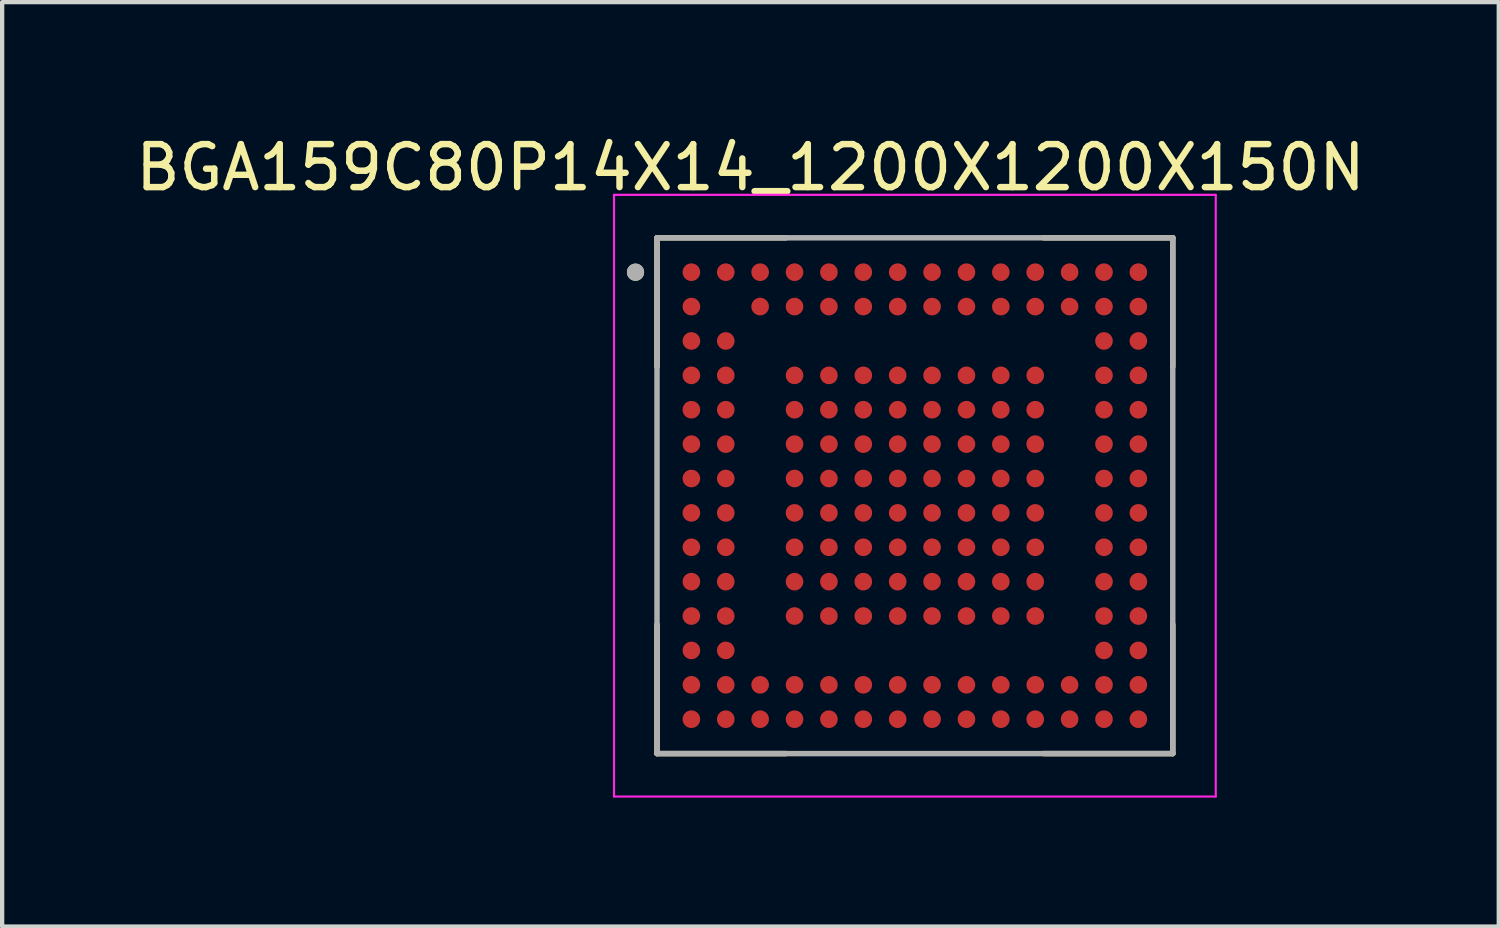
<source format=kicad_pcb>
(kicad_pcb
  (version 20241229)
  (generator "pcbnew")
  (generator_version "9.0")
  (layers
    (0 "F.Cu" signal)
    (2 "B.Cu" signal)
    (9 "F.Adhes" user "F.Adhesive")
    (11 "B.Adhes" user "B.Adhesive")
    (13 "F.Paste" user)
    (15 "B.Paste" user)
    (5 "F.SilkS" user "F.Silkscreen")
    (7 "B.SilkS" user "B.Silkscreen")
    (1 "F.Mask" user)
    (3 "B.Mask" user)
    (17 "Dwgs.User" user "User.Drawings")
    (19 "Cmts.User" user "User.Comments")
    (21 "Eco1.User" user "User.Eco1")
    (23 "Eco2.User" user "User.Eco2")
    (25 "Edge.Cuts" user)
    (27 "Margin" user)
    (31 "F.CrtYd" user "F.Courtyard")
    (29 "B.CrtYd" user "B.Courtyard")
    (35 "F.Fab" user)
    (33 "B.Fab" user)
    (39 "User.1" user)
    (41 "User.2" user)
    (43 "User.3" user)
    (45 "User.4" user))
  (footprint "BGA159C80P14X14_1200X1200X150N"
    (layer "F.Cu")
    (at 18.236 8.483)
    (property "Reference" "BGA159C80P14X14_1200X1200X150N" (at -3.825 -7.635 0) (layer "F.SilkS") (effects (font (size 1 1) (thickness 0.15))))
    (attr smd)
    (fp_line (start -6 -6) (end -6 -3) (stroke (width 0.127) (type solid)) (layer "F.SilkS"))
    (fp_line (start -6 -6) (end -3 -6) (stroke (width 0.127) (type solid)) (layer "F.SilkS"))
    (fp_line (start -6 6) (end -6 3) (stroke (width 0.127) (type solid)) (layer "F.SilkS"))
    (fp_line (start -6 6) (end -3 6) (stroke (width 0.127) (type solid)) (layer "F.SilkS"))
    (fp_line (start 6 -6) (end 3 -6) (stroke (width 0.127) (type solid)) (layer "F.SilkS"))
    (fp_line (start 6 -6) (end 6 -3) (stroke (width 0.127) (type solid)) (layer "F.SilkS"))
    (fp_line (start 6 6) (end 3 6) (stroke (width 0.127) (type solid)) (layer "F.SilkS"))
    (fp_line (start 6 6) (end 6 3) (stroke (width 0.127) (type solid)) (layer "F.SilkS"))
    (fp_circle (center -6.5 -5.2) (end -6.4 -5.2) (stroke (width 0.2) (type solid)) (fill no) (layer "F.SilkS"))
    (fp_line (start -7 -7) (end 7 -7) (stroke (width 0.05) (type solid)) (layer "F.CrtYd"))
    (fp_line (start -7 7) (end -7 -7) (stroke (width 0.05) (type solid)) (layer "F.CrtYd"))
    (fp_line (start -7 7) (end 7 7) (stroke (width 0.05) (type solid)) (layer "F.CrtYd"))
    (fp_line (start 7 7) (end 7 -7) (stroke (width 0.05) (type solid)) (layer "F.CrtYd"))
    (fp_line (start -6 6) (end -6 -6) (stroke (width 0.127) (type solid)) (layer "F.Fab"))
    (fp_line (start 6 -6) (end -6 -6) (stroke (width 0.127) (type solid)) (layer "F.Fab"))
    (fp_line (start 6 6) (end -6 6) (stroke (width 0.127) (type solid)) (layer "F.Fab"))
    (fp_line (start 6 6) (end 6 -6) (stroke (width 0.127) (type solid)) (layer "F.Fab"))
    (fp_circle (center -6.5 -5.2) (end -6.4 -5.2) (stroke (width 0.2) (type solid)) (fill no) (layer "F.Fab"))
    (pad "A1" smd circle (at -5.2 -5.2) (size 0.41 0.41) (layers "F.Cu" "F.Mask" "F.Paste"))
    (pad "A2" smd circle (at -4.4 -5.2) (size 0.41 0.41) (layers "F.Cu" "F.Mask" "F.Paste"))
    (pad "A3" smd circle (at -3.6 -5.2) (size 0.41 0.41) (layers "F.Cu" "F.Mask" "F.Paste"))
    (pad "A4" smd circle (at -2.8 -5.2) (size 0.41 0.41) (layers "F.Cu" "F.Mask" "F.Paste"))
    (pad "A5" smd circle (at -2 -5.2) (size 0.41 0.41) (layers "F.Cu" "F.Mask" "F.Paste"))
    (pad "A6" smd circle (at -1.2 -5.2) (size 0.41 0.41) (layers "F.Cu" "F.Mask" "F.Paste"))
    (pad "A7" smd circle (at -0.4 -5.2) (size 0.41 0.41) (layers "F.Cu" "F.Mask" "F.Paste"))
    (pad "A8" smd circle (at 0.4 -5.2) (size 0.41 0.41) (layers "F.Cu" "F.Mask" "F.Paste"))
    (pad "A9" smd circle (at 1.2 -5.2) (size 0.41 0.41) (layers "F.Cu" "F.Mask" "F.Paste"))
    (pad "A10" smd circle (at 2 -5.2) (size 0.41 0.41) (layers "F.Cu" "F.Mask" "F.Paste"))
    (pad "A11" smd circle (at 2.8 -5.2) (size 0.41 0.41) (layers "F.Cu" "F.Mask" "F.Paste"))
    (pad "A12" smd circle (at 3.6 -5.2) (size 0.41 0.41) (layers "F.Cu" "F.Mask" "F.Paste"))
    (pad "A13" smd circle (at 4.4 -5.2) (size 0.41 0.41) (layers "F.Cu" "F.Mask" "F.Paste"))
    (pad "A14" smd circle (at 5.2 -5.2) (size 0.41 0.41) (layers "F.Cu" "F.Mask" "F.Paste"))
    (pad "B1" smd circle (at -5.2 -4.4) (size 0.41 0.41) (layers "F.Cu" "F.Mask" "F.Paste"))
    (pad "B3" smd circle (at -3.6 -4.4) (size 0.41 0.41) (layers "F.Cu" "F.Mask" "F.Paste"))
    (pad "B4" smd circle (at -2.8 -4.4) (size 0.41 0.41) (layers "F.Cu" "F.Mask" "F.Paste"))
    (pad "B5" smd circle (at -2 -4.4) (size 0.41 0.41) (layers "F.Cu" "F.Mask" "F.Paste"))
    (pad "B6" smd circle (at -1.2 -4.4) (size 0.41 0.41) (layers "F.Cu" "F.Mask" "F.Paste"))
    (pad "B7" smd circle (at -0.4 -4.4) (size 0.41 0.41) (layers "F.Cu" "F.Mask" "F.Paste"))
    (pad "B8" smd circle (at 0.4 -4.4) (size 0.41 0.41) (layers "F.Cu" "F.Mask" "F.Paste"))
    (pad "B9" smd circle (at 1.2 -4.4) (size 0.41 0.41) (layers "F.Cu" "F.Mask" "F.Paste"))
    (pad "B10" smd circle (at 2 -4.4) (size 0.41 0.41) (layers "F.Cu" "F.Mask" "F.Paste"))
    (pad "B11" smd circle (at 2.8 -4.4) (size 0.41 0.41) (layers "F.Cu" "F.Mask" "F.Paste"))
    (pad "B12" smd circle (at 3.6 -4.4) (size 0.41 0.41) (layers "F.Cu" "F.Mask" "F.Paste"))
    (pad "B13" smd circle (at 4.4 -4.4) (size 0.41 0.41) (layers "F.Cu" "F.Mask" "F.Paste"))
    (pad "B14" smd circle (at 5.2 -4.4) (size 0.41 0.41) (layers "F.Cu" "F.Mask" "F.Paste"))
    (pad "C1" smd circle (at -5.2 -3.6) (size 0.41 0.41) (layers "F.Cu" "F.Mask" "F.Paste"))
    (pad "C2" smd circle (at -4.4 -3.6) (size 0.41 0.41) (layers "F.Cu" "F.Mask" "F.Paste"))
    (pad "C13" smd circle (at 4.4 -3.6) (size 0.41 0.41) (layers "F.Cu" "F.Mask" "F.Paste"))
    (pad "C14" smd circle (at 5.2 -3.6) (size 0.41 0.41) (layers "F.Cu" "F.Mask" "F.Paste"))
    (pad "D1" smd circle (at -5.2 -2.8) (size 0.41 0.41) (layers "F.Cu" "F.Mask" "F.Paste"))
    (pad "D2" smd circle (at -4.4 -2.8) (size 0.41 0.41) (layers "F.Cu" "F.Mask" "F.Paste"))
    (pad "D4" smd circle (at -2.8 -2.8) (size 0.41 0.41) (layers "F.Cu" "F.Mask" "F.Paste"))
    (pad "D5" smd circle (at -2 -2.8) (size 0.41 0.41) (layers "F.Cu" "F.Mask" "F.Paste"))
    (pad "D6" smd circle (at -1.2 -2.8) (size 0.41 0.41) (layers "F.Cu" "F.Mask" "F.Paste"))
    (pad "D7" smd circle (at -0.4 -2.8) (size 0.41 0.41) (layers "F.Cu" "F.Mask" "F.Paste"))
    (pad "D8" smd circle (at 0.4 -2.8) (size 0.41 0.41) (layers "F.Cu" "F.Mask" "F.Paste"))
    (pad "D9" smd circle (at 1.2 -2.8) (size 0.41 0.41) (layers "F.Cu" "F.Mask" "F.Paste"))
    (pad "D10" smd circle (at 2 -2.8) (size 0.41 0.41) (layers "F.Cu" "F.Mask" "F.Paste"))
    (pad "D11" smd circle (at 2.8 -2.8) (size 0.41 0.41) (layers "F.Cu" "F.Mask" "F.Paste"))
    (pad "D13" smd circle (at 4.4 -2.8) (size 0.41 0.41) (layers "F.Cu" "F.Mask" "F.Paste"))
    (pad "D14" smd circle (at 5.2 -2.8) (size 0.41 0.41) (layers "F.Cu" "F.Mask" "F.Paste"))
    (pad "E1" smd circle (at -5.2 -2) (size 0.41 0.41) (layers "F.Cu" "F.Mask" "F.Paste"))
    (pad "E2" smd circle (at -4.4 -2) (size 0.41 0.41) (layers "F.Cu" "F.Mask" "F.Paste"))
    (pad "E4" smd circle (at -2.8 -2) (size 0.41 0.41) (layers "F.Cu" "F.Mask" "F.Paste"))
    (pad "E5" smd circle (at -2 -2) (size 0.41 0.41) (layers "F.Cu" "F.Mask" "F.Paste"))
    (pad "E6" smd circle (at -1.2 -2) (size 0.41 0.41) (layers "F.Cu" "F.Mask" "F.Paste"))
    (pad "E7" smd circle (at -0.4 -2) (size 0.41 0.41) (layers "F.Cu" "F.Mask" "F.Paste"))
    (pad "E8" smd circle (at 0.4 -2) (size 0.41 0.41) (layers "F.Cu" "F.Mask" "F.Paste"))
    (pad "E9" smd circle (at 1.2 -2) (size 0.41 0.41) (layers "F.Cu" "F.Mask" "F.Paste"))
    (pad "E10" smd circle (at 2 -2) (size 0.41 0.41) (layers "F.Cu" "F.Mask" "F.Paste"))
    (pad "E11" smd circle (at 2.8 -2) (size 0.41 0.41) (layers "F.Cu" "F.Mask" "F.Paste"))
    (pad "E13" smd circle (at 4.4 -2) (size 0.41 0.41) (layers "F.Cu" "F.Mask" "F.Paste"))
    (pad "E14" smd circle (at 5.2 -2) (size 0.41 0.41) (layers "F.Cu" "F.Mask" "F.Paste"))
    (pad "F1" smd circle (at -5.2 -1.2) (size 0.41 0.41) (layers "F.Cu" "F.Mask" "F.Paste"))
    (pad "F2" smd circle (at -4.4 -1.2) (size 0.41 0.41) (layers "F.Cu" "F.Mask" "F.Paste"))
    (pad "F4" smd circle (at -2.8 -1.2) (size 0.41 0.41) (layers "F.Cu" "F.Mask" "F.Paste"))
    (pad "F5" smd circle (at -2 -1.2) (size 0.41 0.41) (layers "F.Cu" "F.Mask" "F.Paste"))
    (pad "F6" smd circle (at -1.2 -1.2) (size 0.41 0.41) (layers "F.Cu" "F.Mask" "F.Paste"))
    (pad "F7" smd circle (at -0.4 -1.2) (size 0.41 0.41) (layers "F.Cu" "F.Mask" "F.Paste"))
    (pad "F8" smd circle (at 0.4 -1.2) (size 0.41 0.41) (layers "F.Cu" "F.Mask" "F.Paste"))
    (pad "F9" smd circle (at 1.2 -1.2) (size 0.41 0.41) (layers "F.Cu" "F.Mask" "F.Paste"))
    (pad "F10" smd circle (at 2 -1.2) (size 0.41 0.41) (layers "F.Cu" "F.Mask" "F.Paste"))
    (pad "F11" smd circle (at 2.8 -1.2) (size 0.41 0.41) (layers "F.Cu" "F.Mask" "F.Paste"))
    (pad "F13" smd circle (at 4.4 -1.2) (size 0.41 0.41) (layers "F.Cu" "F.Mask" "F.Paste"))
    (pad "F14" smd circle (at 5.2 -1.2) (size 0.41 0.41) (layers "F.Cu" "F.Mask" "F.Paste"))
    (pad "G1" smd circle (at -5.2 -0.4) (size 0.41 0.41) (layers "F.Cu" "F.Mask" "F.Paste"))
    (pad "G2" smd circle (at -4.4 -0.4) (size 0.41 0.41) (layers "F.Cu" "F.Mask" "F.Paste"))
    (pad "G4" smd circle (at -2.8 -0.4) (size 0.41 0.41) (layers "F.Cu" "F.Mask" "F.Paste"))
    (pad "G5" smd circle (at -2 -0.4) (size 0.41 0.41) (layers "F.Cu" "F.Mask" "F.Paste"))
    (pad "G6" smd circle (at -1.2 -0.4) (size 0.41 0.41) (layers "F.Cu" "F.Mask" "F.Paste"))
    (pad "G7" smd circle (at -0.4 -0.4) (size 0.41 0.41) (layers "F.Cu" "F.Mask" "F.Paste"))
    (pad "G8" smd circle (at 0.4 -0.4) (size 0.41 0.41) (layers "F.Cu" "F.Mask" "F.Paste"))
    (pad "G9" smd circle (at 1.2 -0.4) (size 0.41 0.41) (layers "F.Cu" "F.Mask" "F.Paste"))
    (pad "G10" smd circle (at 2 -0.4) (size 0.41 0.41) (layers "F.Cu" "F.Mask" "F.Paste"))
    (pad "G11" smd circle (at 2.8 -0.4) (size 0.41 0.41) (layers "F.Cu" "F.Mask" "F.Paste"))
    (pad "G13" smd circle (at 4.4 -0.4) (size 0.41 0.41) (layers "F.Cu" "F.Mask" "F.Paste"))
    (pad "G14" smd circle (at 5.2 -0.4) (size 0.41 0.41) (layers "F.Cu" "F.Mask" "F.Paste"))
    (pad "H1" smd circle (at -5.2 0.4) (size 0.41 0.41) (layers "F.Cu" "F.Mask" "F.Paste"))
    (pad "H2" smd circle (at -4.4 0.4) (size 0.41 0.41) (layers "F.Cu" "F.Mask" "F.Paste"))
    (pad "H4" smd circle (at -2.8 0.4) (size 0.41 0.41) (layers "F.Cu" "F.Mask" "F.Paste"))
    (pad "H5" smd circle (at -2 0.4) (size 0.41 0.41) (layers "F.Cu" "F.Mask" "F.Paste"))
    (pad "H6" smd circle (at -1.2 0.4) (size 0.41 0.41) (layers "F.Cu" "F.Mask" "F.Paste"))
    (pad "H7" smd circle (at -0.4 0.4) (size 0.41 0.41) (layers "F.Cu" "F.Mask" "F.Paste"))
    (pad "H8" smd circle (at 0.4 0.4) (size 0.41 0.41) (layers "F.Cu" "F.Mask" "F.Paste"))
    (pad "H9" smd circle (at 1.2 0.4) (size 0.41 0.41) (layers "F.Cu" "F.Mask" "F.Paste"))
    (pad "H10" smd circle (at 2 0.4) (size 0.41 0.41) (layers "F.Cu" "F.Mask" "F.Paste"))
    (pad "H11" smd circle (at 2.8 0.4) (size 0.41 0.41) (layers "F.Cu" "F.Mask" "F.Paste"))
    (pad "H13" smd circle (at 4.4 0.4) (size 0.41 0.41) (layers "F.Cu" "F.Mask" "F.Paste"))
    (pad "H14" smd circle (at 5.2 0.4) (size 0.41 0.41) (layers "F.Cu" "F.Mask" "F.Paste"))
    (pad "J1" smd circle (at -5.2 1.2) (size 0.41 0.41) (layers "F.Cu" "F.Mask" "F.Paste"))
    (pad "J2" smd circle (at -4.4 1.2) (size 0.41 0.41) (layers "F.Cu" "F.Mask" "F.Paste"))
    (pad "J4" smd circle (at -2.8 1.2) (size 0.41 0.41) (layers "F.Cu" "F.Mask" "F.Paste"))
    (pad "J5" smd circle (at -2 1.2) (size 0.41 0.41) (layers "F.Cu" "F.Mask" "F.Paste"))
    (pad "J6" smd circle (at -1.2 1.2) (size 0.41 0.41) (layers "F.Cu" "F.Mask" "F.Paste"))
    (pad "J7" smd circle (at -0.4 1.2) (size 0.41 0.41) (layers "F.Cu" "F.Mask" "F.Paste"))
    (pad "J8" smd circle (at 0.4 1.2) (size 0.41 0.41) (layers "F.Cu" "F.Mask" "F.Paste"))
    (pad "J9" smd circle (at 1.2 1.2) (size 0.41 0.41) (layers "F.Cu" "F.Mask" "F.Paste"))
    (pad "J10" smd circle (at 2 1.2) (size 0.41 0.41) (layers "F.Cu" "F.Mask" "F.Paste"))
    (pad "J11" smd circle (at 2.8 1.2) (size 0.41 0.41) (layers "F.Cu" "F.Mask" "F.Paste"))
    (pad "J13" smd circle (at 4.4 1.2) (size 0.41 0.41) (layers "F.Cu" "F.Mask" "F.Paste"))
    (pad "J14" smd circle (at 5.2 1.2) (size 0.41 0.41) (layers "F.Cu" "F.Mask" "F.Paste"))
    (pad "K1" smd circle (at -5.2 2) (size 0.41 0.41) (layers "F.Cu" "F.Mask" "F.Paste"))
    (pad "K2" smd circle (at -4.4 2) (size 0.41 0.41) (layers "F.Cu" "F.Mask" "F.Paste"))
    (pad "K4" smd circle (at -2.8 2) (size 0.41 0.41) (layers "F.Cu" "F.Mask" "F.Paste"))
    (pad "K5" smd circle (at -2 2) (size 0.41 0.41) (layers "F.Cu" "F.Mask" "F.Paste"))
    (pad "K6" smd circle (at -1.2 2) (size 0.41 0.41) (layers "F.Cu" "F.Mask" "F.Paste"))
    (pad "K7" smd circle (at -0.4 2) (size 0.41 0.41) (layers "F.Cu" "F.Mask" "F.Paste"))
    (pad "K8" smd circle (at 0.4 2) (size 0.41 0.41) (layers "F.Cu" "F.Mask" "F.Paste"))
    (pad "K9" smd circle (at 1.2 2) (size 0.41 0.41) (layers "F.Cu" "F.Mask" "F.Paste"))
    (pad "K10" smd circle (at 2 2) (size 0.41 0.41) (layers "F.Cu" "F.Mask" "F.Paste"))
    (pad "K11" smd circle (at 2.8 2) (size 0.41 0.41) (layers "F.Cu" "F.Mask" "F.Paste"))
    (pad "K13" smd circle (at 4.4 2) (size 0.41 0.41) (layers "F.Cu" "F.Mask" "F.Paste"))
    (pad "K14" smd circle (at 5.2 2) (size 0.41 0.41) (layers "F.Cu" "F.Mask" "F.Paste"))
    (pad "L1" smd circle (at -5.2 2.8) (size 0.41 0.41) (layers "F.Cu" "F.Mask" "F.Paste"))
    (pad "L2" smd circle (at -4.4 2.8) (size 0.41 0.41) (layers "F.Cu" "F.Mask" "F.Paste"))
    (pad "L4" smd circle (at -2.8 2.8) (size 0.41 0.41) (layers "F.Cu" "F.Mask" "F.Paste"))
    (pad "L5" smd circle (at -2 2.8) (size 0.41 0.41) (layers "F.Cu" "F.Mask" "F.Paste"))
    (pad "L6" smd circle (at -1.2 2.8) (size 0.41 0.41) (layers "F.Cu" "F.Mask" "F.Paste"))
    (pad "L7" smd circle (at -0.4 2.8) (size 0.41 0.41) (layers "F.Cu" "F.Mask" "F.Paste"))
    (pad "L8" smd circle (at 0.4 2.8) (size 0.41 0.41) (layers "F.Cu" "F.Mask" "F.Paste"))
    (pad "L9" smd circle (at 1.2 2.8) (size 0.41 0.41) (layers "F.Cu" "F.Mask" "F.Paste"))
    (pad "L10" smd circle (at 2 2.8) (size 0.41 0.41) (layers "F.Cu" "F.Mask" "F.Paste"))
    (pad "L11" smd circle (at 2.8 2.8) (size 0.41 0.41) (layers "F.Cu" "F.Mask" "F.Paste"))
    (pad "L13" smd circle (at 4.4 2.8) (size 0.41 0.41) (layers "F.Cu" "F.Mask" "F.Paste"))
    (pad "L14" smd circle (at 5.2 2.8) (size 0.41 0.41) (layers "F.Cu" "F.Mask" "F.Paste"))
    (pad "M1" smd circle (at -5.2 3.6) (size 0.41 0.41) (layers "F.Cu" "F.Mask" "F.Paste"))
    (pad "M2" smd circle (at -4.4 3.6) (size 0.41 0.41) (layers "F.Cu" "F.Mask" "F.Paste"))
    (pad "M13" smd circle (at 4.4 3.6) (size 0.41 0.41) (layers "F.Cu" "F.Mask" "F.Paste"))
    (pad "M14" smd circle (at 5.2 3.6) (size 0.41 0.41) (layers "F.Cu" "F.Mask" "F.Paste"))
    (pad "N1" smd circle (at -5.2 4.4) (size 0.41 0.41) (layers "F.Cu" "F.Mask" "F.Paste"))
    (pad "N2" smd circle (at -4.4 4.4) (size 0.41 0.41) (layers "F.Cu" "F.Mask" "F.Paste"))
    (pad "N3" smd circle (at -3.6 4.4) (size 0.41 0.41) (layers "F.Cu" "F.Mask" "F.Paste"))
    (pad "N4" smd circle (at -2.8 4.4) (size 0.41 0.41) (layers "F.Cu" "F.Mask" "F.Paste"))
    (pad "N5" smd circle (at -2 4.4) (size 0.41 0.41) (layers "F.Cu" "F.Mask" "F.Paste"))
    (pad "N6" smd circle (at -1.2 4.4) (size 0.41 0.41) (layers "F.Cu" "F.Mask" "F.Paste"))
    (pad "N7" smd circle (at -0.4 4.4) (size 0.41 0.41) (layers "F.Cu" "F.Mask" "F.Paste"))
    (pad "N8" smd circle (at 0.4 4.4) (size 0.41 0.41) (layers "F.Cu" "F.Mask" "F.Paste"))
    (pad "N9" smd circle (at 1.2 4.4) (size 0.41 0.41) (layers "F.Cu" "F.Mask" "F.Paste"))
    (pad "N10" smd circle (at 2 4.4) (size 0.41 0.41) (layers "F.Cu" "F.Mask" "F.Paste"))
    (pad "N11" smd circle (at 2.8 4.4) (size 0.41 0.41) (layers "F.Cu" "F.Mask" "F.Paste"))
    (pad "N12" smd circle (at 3.6 4.4) (size 0.41 0.41) (layers "F.Cu" "F.Mask" "F.Paste"))
    (pad "N13" smd circle (at 4.4 4.4) (size 0.41 0.41) (layers "F.Cu" "F.Mask" "F.Paste"))
    (pad "N14" smd circle (at 5.2 4.4) (size 0.41 0.41) (layers "F.Cu" "F.Mask" "F.Paste"))
    (pad "P1" smd circle (at -5.2 5.2) (size 0.41 0.41) (layers "F.Cu" "F.Mask" "F.Paste"))
    (pad "P2" smd circle (at -4.4 5.2) (size 0.41 0.41) (layers "F.Cu" "F.Mask" "F.Paste"))
    (pad "P3" smd circle (at -3.6 5.2) (size 0.41 0.41) (layers "F.Cu" "F.Mask" "F.Paste"))
    (pad "P4" smd circle (at -2.8 5.2) (size 0.41 0.41) (layers "F.Cu" "F.Mask" "F.Paste"))
    (pad "P5" smd circle (at -2 5.2) (size 0.41 0.41) (layers "F.Cu" "F.Mask" "F.Paste"))
    (pad "P6" smd circle (at -1.2 5.2) (size 0.41 0.41) (layers "F.Cu" "F.Mask" "F.Paste"))
    (pad "P7" smd circle (at -0.4 5.2) (size 0.41 0.41) (layers "F.Cu" "F.Mask" "F.Paste"))
    (pad "P8" smd circle (at 0.4 5.2) (size 0.41 0.41) (layers "F.Cu" "F.Mask" "F.Paste"))
    (pad "P9" smd circle (at 1.2 5.2) (size 0.41 0.41) (layers "F.Cu" "F.Mask" "F.Paste"))
    (pad "P10" smd circle (at 2 5.2) (size 0.41 0.41) (layers "F.Cu" "F.Mask" "F.Paste"))
    (pad "P11" smd circle (at 2.8 5.2) (size 0.41 0.41) (layers "F.Cu" "F.Mask" "F.Paste"))
    (pad "P12" smd circle (at 3.6 5.2) (size 0.41 0.41) (layers "F.Cu" "F.Mask" "F.Paste"))
    (pad "P13" smd circle (at 4.4 5.2) (size 0.41 0.41) (layers "F.Cu" "F.Mask" "F.Paste"))
    (pad "P14" smd circle (at 5.2 5.2) (size 0.41 0.41) (layers "F.Cu" "F.Mask" "F.Paste")))
  (gr_rect
    (start -3 -3)
    (end 31.821 18.508)
    (stroke (width 0.1) (type default))
    (fill no)
    (layer "Edge.Cuts")))
</source>
